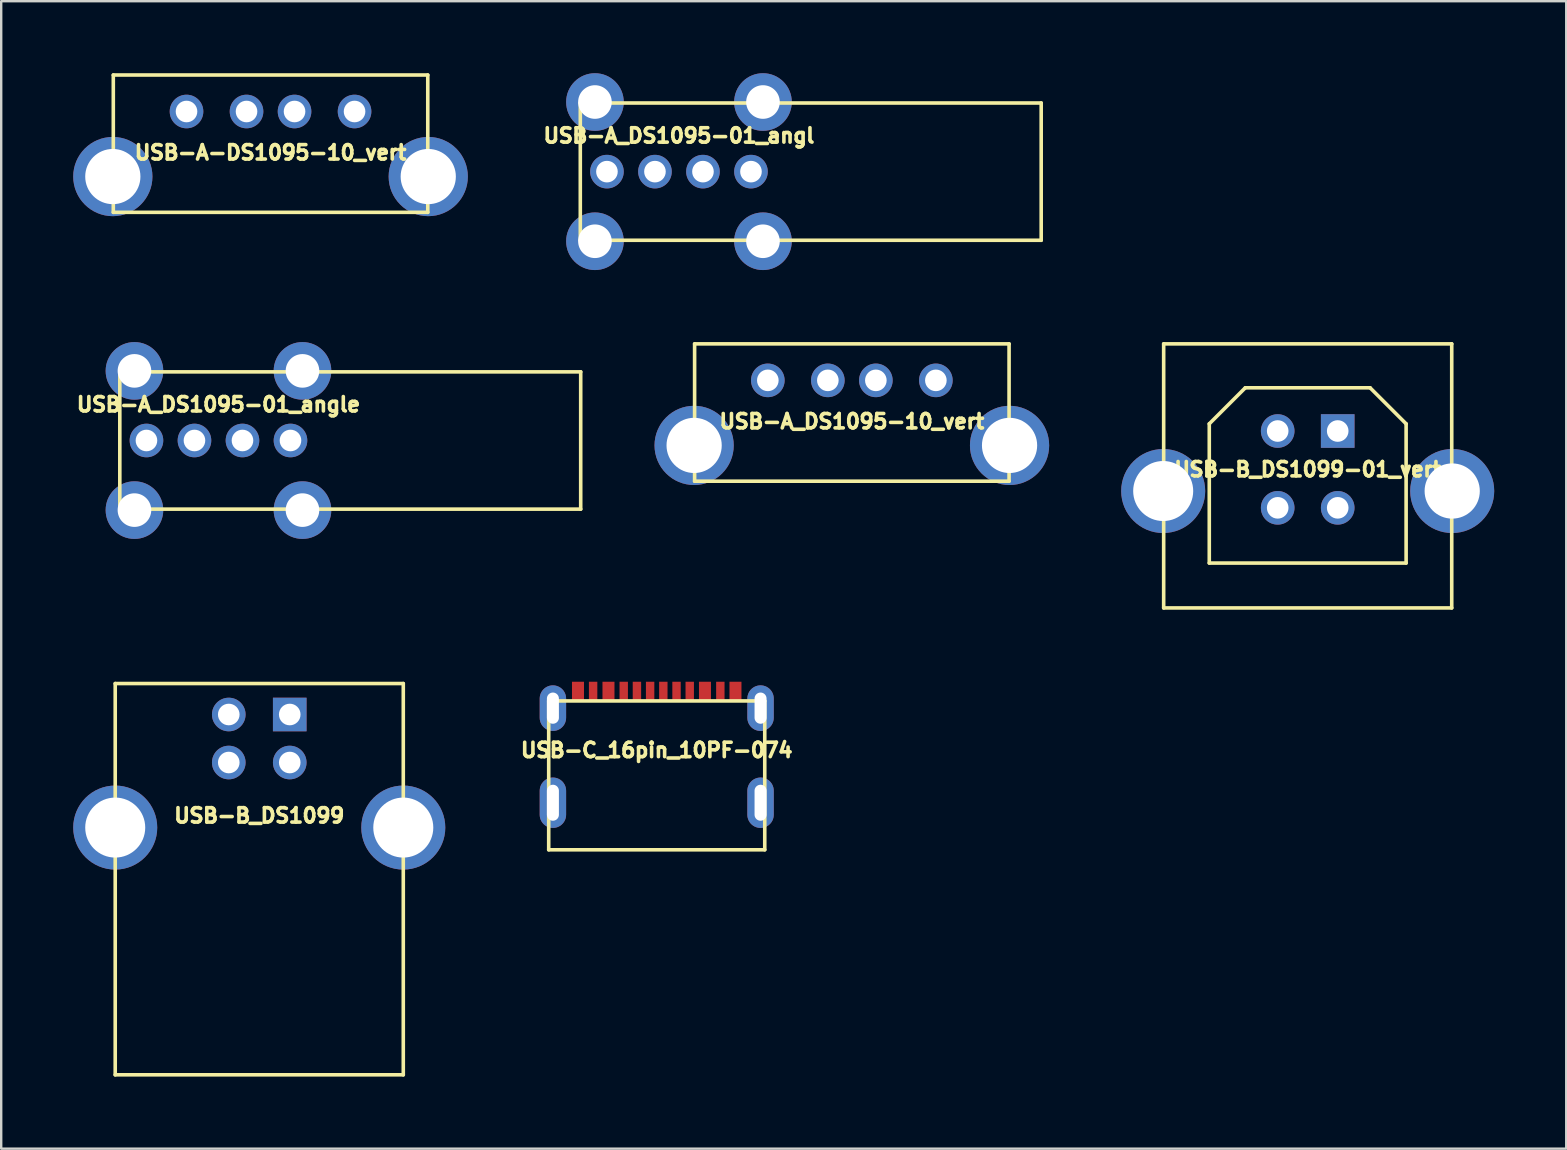
<source format=kicad_pcb>
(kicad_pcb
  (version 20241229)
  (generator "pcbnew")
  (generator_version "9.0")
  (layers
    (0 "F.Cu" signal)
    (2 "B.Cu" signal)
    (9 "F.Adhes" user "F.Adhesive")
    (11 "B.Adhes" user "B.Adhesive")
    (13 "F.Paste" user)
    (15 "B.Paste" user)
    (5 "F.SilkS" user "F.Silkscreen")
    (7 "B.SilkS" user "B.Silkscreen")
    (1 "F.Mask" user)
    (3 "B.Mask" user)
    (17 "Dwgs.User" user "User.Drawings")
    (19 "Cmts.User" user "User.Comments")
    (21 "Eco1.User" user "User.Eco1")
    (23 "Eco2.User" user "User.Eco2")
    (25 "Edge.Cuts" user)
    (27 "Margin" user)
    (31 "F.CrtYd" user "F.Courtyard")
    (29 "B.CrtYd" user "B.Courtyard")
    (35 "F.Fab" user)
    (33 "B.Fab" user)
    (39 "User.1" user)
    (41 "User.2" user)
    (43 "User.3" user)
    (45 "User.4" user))
  (footprint "USB-A-DS1095-10_vert"
    (layer "F.Cu")
    (at 8.22 4.305)
    (property "Reference" "USB-A-DS1095-10_vert" (at 0 -1 0) (layer "F.SilkS") (effects (font (size 0.6 0.6) (thickness 0.15))))
    (attr through_hole)
    (fp_line (start -6.55 -4.23) (end 6.55 -4.23) (stroke (width 0.15) (type solid)) (layer "F.SilkS"))
    (fp_line (start -6.55 1.49) (end -6.55 -4.23) (stroke (width 0.15) (type solid)) (layer "F.SilkS"))
    (fp_line (start 6.55 -4.23) (end 6.55 1.49) (stroke (width 0.15) (type solid)) (layer "F.SilkS"))
    (fp_line (start 6.55 1.49) (end -6.55 1.49) (stroke (width 0.15) (type solid)) (layer "F.SilkS"))
    (pad "1" thru_hole circle (at -3.5 -2.71) (size 1.4 1.4) (drill 0.9) (layers "*.Cu" "*.Mask"))
    (pad "2" thru_hole circle (at -1 -2.71) (size 1.4 1.4) (drill 0.9) (layers "*.Cu" "*.Mask"))
    (pad "3" thru_hole circle (at 1 -2.71) (size 1.4 1.4) (drill 0.9) (layers "*.Cu" "*.Mask"))
    (pad "4" thru_hole circle (at 3.5 -2.71) (size 1.4 1.4) (drill 0.9) (layers "*.Cu" "*.Mask"))
    (pad "SHLD" thru_hole circle (at -6.57 0) (size 3.3 3.3) (drill 2.3) (layers "*.Cu" "*.Mask"))
    (pad "SHLD" thru_hole circle (at 6.57 0) (size 3.3 3.3) (drill 2.3) (layers "*.Cu" "*.Mask")))
  (footprint "USB-A_DS1095-01_angl"
    (layer "F.Cu")
    (at 25.234 4.1)
    (property "Reference" "USB-A_DS1095-01_angl" (at 0 -1.5 0) (layer "F.SilkS") (effects (font (size 0.6 0.6) (thickness 0.15))))
    (attr through_hole)
    (fp_line (start -4.11 -2.86) (end 15.09 -2.86) (stroke (width 0.15) (type solid)) (layer "F.SilkS"))
    (fp_line (start -4.11 2.86) (end -4.11 -2.86) (stroke (width 0.15) (type solid)) (layer "F.SilkS"))
    (fp_line (start 15.09 -2.86) (end 15.09 2.86) (stroke (width 0.15) (type solid)) (layer "F.SilkS"))
    (fp_line (start 15.09 2.86) (end -4.11 2.86) (stroke (width 0.15) (type solid)) (layer "F.SilkS"))
    (pad "1" thru_hole circle (at 3 0) (size 1.4 1.4) (drill 0.9) (layers "*.Cu" "*.Mask"))
    (pad "2" thru_hole circle (at 1 0) (size 1.4 1.4) (drill 0.9) (layers "*.Cu" "*.Mask"))
    (pad "3" thru_hole circle (at -1 0) (size 1.4 1.4) (drill 0.9) (layers "*.Cu" "*.Mask"))
    (pad "4" thru_hole circle (at -3 0) (size 1.4 1.4) (drill 0.9) (layers "*.Cu" "*.Mask"))
    (pad "SHLD" thru_hole circle (at -3.5 -2.9) (size 2.4 2.4) (drill 1.4) (layers "*.Cu" "*.Mask"))
    (pad "SHLD" thru_hole circle (at -3.5 2.9) (size 2.4 2.4) (drill 1.4) (layers "*.Cu" "*.Mask"))
    (pad "SHLD" thru_hole circle (at 3.5 -2.9) (size 2.4 2.4) (drill 1.4) (layers "*.Cu" "*.Mask"))
    (pad "SHLD" thru_hole circle (at 3.5 2.9) (size 2.4 2.4) (drill 1.4) (layers "*.Cu" "*.Mask")))
  (footprint "USB-C_16pin_10PF-074"
    (layer "F.Cu")
    (at 24.308 26.45)
    (property "Reference" "USB-C_16pin_10PF-074" (at 0 1.75 0) (unlocked yes) (layer "F.SilkS") (effects (font (size 0.6 0.6) (thickness 0.15))))
    (fp_line (start -4.5 -0.3) (end 4.5 -0.3) (stroke (width 0.15) (type solid)) (layer "F.SilkS"))
    (fp_line (start -4.5 5.9) (end -4.5 -0.3) (stroke (width 0.15) (type solid)) (layer "F.SilkS"))
    (fp_line (start 4.5 5.9) (end -4.5 5.9) (stroke (width 0.15) (type solid)) (layer "F.SilkS"))
    (fp_line (start 4.5 5.9) (end 4.5 -0.3) (stroke (width 0.15) (type solid)) (layer "F.SilkS"))
    (pad "A1B12" smd rect (at -3.28 -0.7) (size 0.5 0.8) (layers "F.Cu" "F.Mask" "F.Paste"))
    (pad "A4B9" smd rect (at -2.01 -0.7) (size 0.5 0.8) (layers "F.Cu" "F.Mask" "F.Paste"))
    (pad "A5" smd rect (at -2.65 -0.7) (size 0.35 0.8) (layers "F.Cu" "F.Mask" "F.Paste"))
    (pad "A6" smd rect (at -1.375 -0.7) (size 0.35 0.8) (layers "F.Cu" "F.Mask" "F.Paste"))
    (pad "A7" smd rect (at 1.375 -0.7) (size 0.35 0.8) (layers "F.Cu" "F.Mask" "F.Paste"))
    (pad "A8" smd rect (at 2.65 -0.7) (size 0.35 0.8) (layers "F.Cu" "F.Mask" "F.Paste"))
    (pad "B1A12" smd rect (at 3.28 -0.7) (size 0.5 0.8) (layers "F.Cu" "F.Mask" "F.Paste"))
    (pad "B4A9" smd rect (at 2.01 -0.7) (size 0.5 0.8) (layers "F.Cu" "F.Mask" "F.Paste"))
    (pad "B5" smd rect (at 0.825 -0.7) (size 0.35 0.8) (layers "F.Cu" "F.Mask" "F.Paste"))
    (pad "B6" smd rect (at 0.275 -0.7) (size 0.35 0.8) (layers "F.Cu" "F.Mask" "F.Paste"))
    (pad "B7" smd rect (at -0.275 -0.7) (size 0.35 0.8) (layers "F.Cu" "F.Mask" "F.Paste"))
    (pad "B8" smd rect (at -0.825 -0.7) (size 0.35 0.8) (layers "F.Cu" "F.Mask" "F.Paste"))
    (pad "SHLD" thru_hole oval (at -4.325 0) (size 1.1 1.9) (drill oval 0.5 1.3) (layers "*.Cu" "*.Mask"))
    (pad "SHLD" thru_hole oval (at -4.325 3.94) (size 1.1 2.1) (drill oval 0.5 1.5) (layers "*.Cu" "*.Mask"))
    (pad "SHLD" thru_hole oval (at 4.325 3.94) (size 1.1 2.1) (drill oval 0.5 1.5) (layers "*.Cu" "*.Mask"))
    (pad "SHLD3" thru_hole oval (at 4.325 0) (size 1.1 1.9) (drill oval 0.5 1.3) (layers "*.Cu" "*.Mask")))
  (footprint "USB-B_DS1099"
    (layer "F.Cu")
    (at 7.75 31.425)
    (property "Reference" "USB-B_DS1099" (at 0 -0.5 0) (layer "F.SilkS") (effects (font (size 0.6 0.6) (thickness 0.15))))
    (attr through_hole)
    (fp_line (start -6 -6) (end -6 10.3) (stroke (width 0.15) (type solid)) (layer "F.SilkS"))
    (fp_line (start -6 -6) (end 6 -6) (stroke (width 0.15) (type solid)) (layer "F.SilkS"))
    (fp_line (start -6 10.3) (end 6 10.3) (stroke (width 0.15) (type solid)) (layer "F.SilkS"))
    (fp_line (start 6 10.3) (end 6 -6) (stroke (width 0.15) (type solid)) (layer "F.SilkS"))
    (pad "1" thru_hole rect (at 1.27 -4.71) (size 1.4 1.4) (drill 0.9) (layers "*.Cu" "*.Mask"))
    (pad "2" thru_hole circle (at -1.27 -4.71) (size 1.4 1.4) (drill 0.9) (layers "*.Cu" "*.Mask"))
    (pad "3" thru_hole circle (at -1.27 -2.71) (size 1.4 1.4) (drill 0.9) (layers "*.Cu" "*.Mask"))
    (pad "4" thru_hole circle (at 1.27 -2.71) (size 1.4 1.4) (drill 0.9) (layers "*.Cu" "*.Mask"))
    (pad "SHLD" thru_hole circle (at -6 0) (size 3.5 3.5) (drill 2.5) (layers "*.Cu" "*.Mask"))
    (pad "SHLD" thru_hole circle (at 6 0) (size 3.5 3.5) (drill 2.5) (layers "*.Cu" "*.Mask")))
  (footprint "USB-A_DS1095-01_angle"
    (layer "F.Cu")
    (at 6.051 15.3)
    (property "Reference" "USB-A_DS1095-01_angle" (at 0 -1.5 0) (layer "F.SilkS") (effects (font (size 0.6 0.6) (thickness 0.15))))
    (attr through_hole)
    (fp_line (start -4.11 -2.86) (end 15.09 -2.86) (stroke (width 0.15) (type solid)) (layer "F.SilkS"))
    (fp_line (start -4.11 2.86) (end -4.11 -2.86) (stroke (width 0.15) (type solid)) (layer "F.SilkS"))
    (fp_line (start 15.09 -2.86) (end 15.09 2.86) (stroke (width 0.15) (type solid)) (layer "F.SilkS"))
    (fp_line (start 15.09 2.86) (end -4.11 2.86) (stroke (width 0.15) (type solid)) (layer "F.SilkS"))
    (pad "1" thru_hole circle (at 3 0) (size 1.4 1.4) (drill 0.9) (layers "*.Cu" "*.Mask"))
    (pad "2" thru_hole circle (at 1 0) (size 1.4 1.4) (drill 0.9) (layers "*.Cu" "*.Mask"))
    (pad "3" thru_hole circle (at -1 0) (size 1.4 1.4) (drill 0.9) (layers "*.Cu" "*.Mask"))
    (pad "4" thru_hole circle (at -3 0) (size 1.4 1.4) (drill 0.9) (layers "*.Cu" "*.Mask"))
    (pad "SHLD" thru_hole circle (at -3.5 -2.9) (size 2.4 2.4) (drill 1.4) (layers "*.Cu" "*.Mask"))
    (pad "SHLD" thru_hole circle (at -3.5 2.9) (size 2.4 2.4) (drill 1.4) (layers "*.Cu" "*.Mask"))
    (pad "SHLD" thru_hole circle (at 3.5 -2.9) (size 2.4 2.4) (drill 1.4) (layers "*.Cu" "*.Mask"))
    (pad "SHLD" thru_hole circle (at 3.5 2.9) (size 2.4 2.4) (drill 1.4) (layers "*.Cu" "*.Mask")))
  (footprint "USB-A_DS1095-10_vert"
    (layer "F.Cu")
    (at 32.436 15.505)
    (property "Reference" "USB-A_DS1095-10_vert" (at 0 -1 0) (layer "F.SilkS") (effects (font (size 0.6 0.6) (thickness 0.15))))
    (attr through_hole)
    (fp_line (start -6.55 -4.23) (end 6.55 -4.23) (stroke (width 0.15) (type solid)) (layer "F.SilkS"))
    (fp_line (start -6.55 1.49) (end -6.55 -4.23) (stroke (width 0.15) (type solid)) (layer "F.SilkS"))
    (fp_line (start 6.55 -4.23) (end 6.55 1.49) (stroke (width 0.15) (type solid)) (layer "F.SilkS"))
    (fp_line (start 6.55 1.49) (end -6.55 1.49) (stroke (width 0.15) (type solid)) (layer "F.SilkS"))
    (pad "1" thru_hole circle (at -3.5 -2.71) (size 1.4 1.4) (drill 0.9) (layers "*.Cu" "*.Mask"))
    (pad "2" thru_hole circle (at -1 -2.71) (size 1.4 1.4) (drill 0.9) (layers "*.Cu" "*.Mask"))
    (pad "3" thru_hole circle (at 1 -2.71) (size 1.4 1.4) (drill 0.9) (layers "*.Cu" "*.Mask"))
    (pad "4" thru_hole circle (at 3.5 -2.71) (size 1.4 1.4) (drill 0.9) (layers "*.Cu" "*.Mask"))
    (pad "SHLD" thru_hole circle (at -6.57 0) (size 3.3 3.3) (drill 2.3) (layers "*.Cu" "*.Mask"))
    (pad "SHLD" thru_hole circle (at 6.57 0) (size 3.3 3.3) (drill 2.3) (layers "*.Cu" "*.Mask")))
  (footprint "USB-B_DS1099-01_vert"
    (layer "F.Cu")
    (at 51.426 17.405)
    (property "Reference" "USB-B_DS1099-01_vert" (at 0 -0.9 0) (layer "F.SilkS") (effects (font (size 0.6 0.6) (thickness 0.15))))
    (attr through_hole)
    (fp_line (start -6 -6.13) (end -6 4.87) (stroke (width 0.15) (type solid)) (layer "F.SilkS"))
    (fp_line (start -6 -6.13) (end 6 -6.13) (stroke (width 0.15) (type solid)) (layer "F.SilkS"))
    (fp_line (start -6 4.87) (end 6 4.87) (stroke (width 0.15) (type solid)) (layer "F.SilkS"))
    (fp_line (start -4.1 -2.8) (end -2.6 -4.3) (stroke (width 0.15) (type default)) (layer "F.SilkS"))
    (fp_line (start -4.1 3) (end -4.1 -2.8) (stroke (width 0.15) (type default)) (layer "F.SilkS"))
    (fp_line (start -2.6 -4.3) (end 2.6 -4.3) (stroke (width 0.15) (type default)) (layer "F.SilkS"))
    (fp_line (start 2.6 -4.3) (end 4.1 -2.8) (stroke (width 0.15) (type default)) (layer "F.SilkS"))
    (fp_line (start 4.1 -2.8) (end 4.1 3) (stroke (width 0.15) (type default)) (layer "F.SilkS"))
    (fp_line (start 4.1 3) (end -4.1 3) (stroke (width 0.15) (type default)) (layer "F.SilkS"))
    (fp_line (start 6 4.87) (end 6 -6.13) (stroke (width 0.15) (type solid)) (layer "F.SilkS"))
    (pad "1" thru_hole rect (at 1.25 -2.5) (size 1.4 1.4) (drill 0.9) (layers "*.Cu" "*.Mask"))
    (pad "2" thru_hole circle (at -1.25 -2.5) (size 1.4 1.4) (drill 0.9) (layers "*.Cu" "*.Mask"))
    (pad "3" thru_hole circle (at -1.25 0.7) (size 1.4 1.4) (drill 0.9) (layers "*.Cu" "*.Mask"))
    (pad "4" thru_hole circle (at 1.25 0.7) (size 1.4 1.4) (drill 0.9) (layers "*.Cu" "*.Mask"))
    (pad "SHLD" thru_hole circle (at -6.02 0) (size 3.5 3.5) (drill 2.5) (layers "*.Cu" "*.Mask"))
    (pad "SHLD" thru_hole circle (at 6.02 0) (size 3.5 3.5) (drill 2.3) (layers "*.Cu" "*.Mask")))
  (gr_rect
    (start -3 -3)
    (end 62.196 44.8)
    (stroke (width 0.1) (type default))
    (fill no)
    (layer "Edge.Cuts")))
</source>
